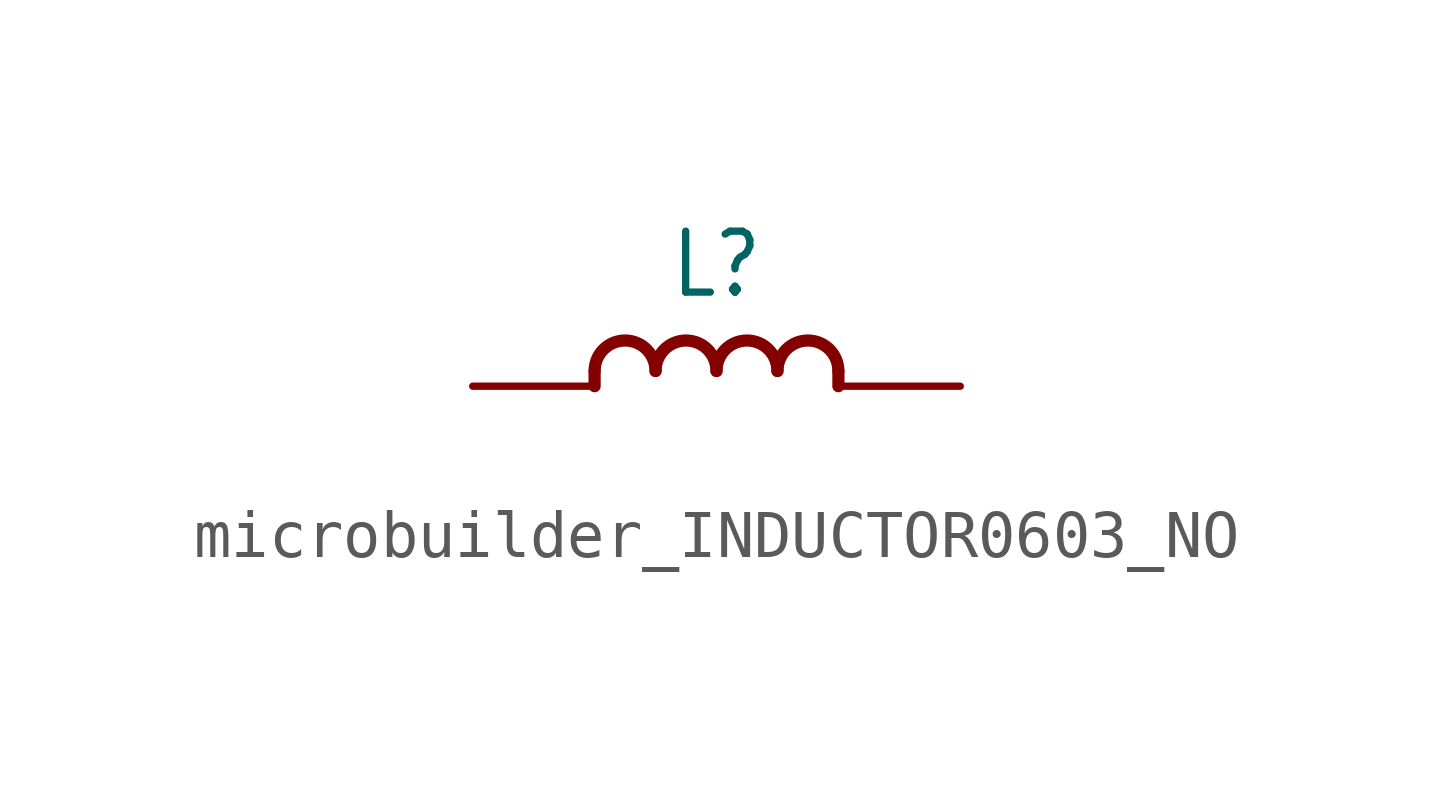
<source format=kicad_sym>
(kicad_symbol_lib
  (version 20241209)
  (generator "kicad_symbol_editor")
  (generator_version "9.0")
  (symbol "microbuilder_INDUCTOR0603_NO"
    (property "Reference" "L"
      (at 0 2.54 0)
      (effects (font (size 1.27 1.079))))
    (property "Value" ""
      (at 0 -1.54 0)
      (effects (font (size 1.27 1.079))))
    (property "ki_locked" ""
      (at 0 0 0)
      (effects (font (size 1.27 1.27))))
    (symbol "microbuilder_INDUCTOR0603_NO_1_0"
      (polyline (pts (xy -2.54 0.318) (xy -2.54 0)) (stroke (width 0.254) (type solid)) (fill (type none)))
      (arc (start -2.54 0.3175) (mid -1.9049 0.9524) (end -1.27 0.3173) (stroke (width 0.254) (type solid)) (fill (type none)))
      (arc (start -1.27 0.3175) (mid -0.6349 0.9524) (end 0 0.3173) (stroke (width 0.254) (type solid)) (fill (type none)))
      (arc (start 0 0.3175) (mid 0.6351 0.9524) (end 1.27 0.3173) (stroke (width 0.254) (type solid)) (fill (type none)))
      (arc (start 1.27 0.3175) (mid 1.9051 0.9524) (end 2.54 0.3173) (stroke (width 0.254) (type solid)) (fill (type none)))
      (polyline (pts (xy 2.54 0.318) (xy 2.54 0)) (stroke (width 0.254) (type solid)) (fill (type none)))
      (pin passive line (at -5.08 0 0) (length 2.54) (name "1" (effects (font (size 0 0)))) (number "1" (effects (font (size 0 0)))))
      (pin passive line (at 5.08 0 180) (length 2.54) (name "2" (effects (font (size 0 0)))) (number "2" (effects (font (size 0 0))))))))
</source>
